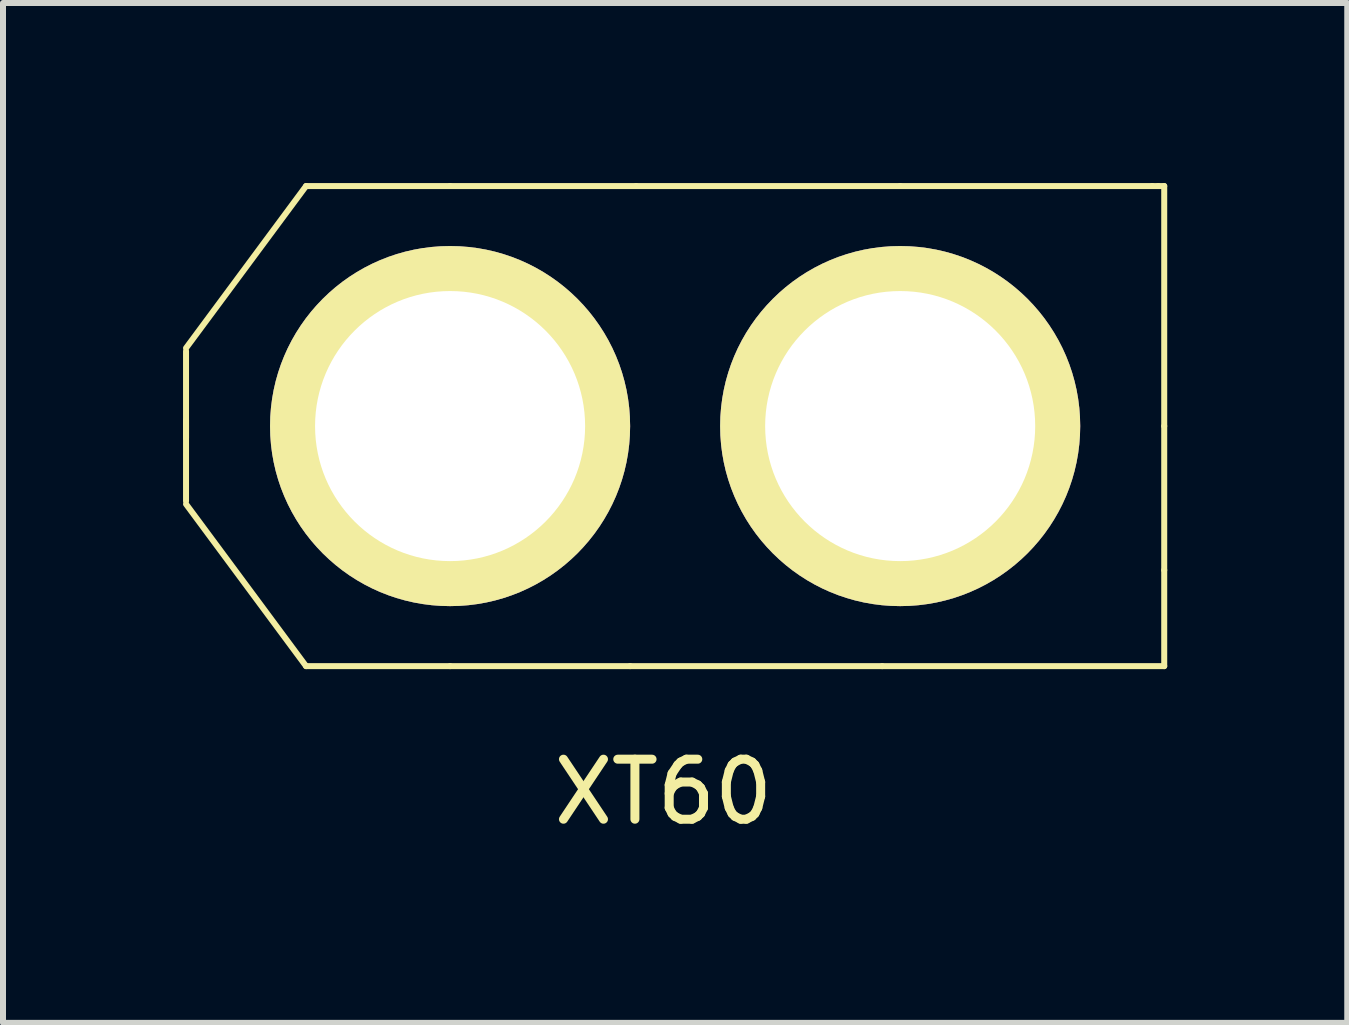
<source format=kicad_pcb>
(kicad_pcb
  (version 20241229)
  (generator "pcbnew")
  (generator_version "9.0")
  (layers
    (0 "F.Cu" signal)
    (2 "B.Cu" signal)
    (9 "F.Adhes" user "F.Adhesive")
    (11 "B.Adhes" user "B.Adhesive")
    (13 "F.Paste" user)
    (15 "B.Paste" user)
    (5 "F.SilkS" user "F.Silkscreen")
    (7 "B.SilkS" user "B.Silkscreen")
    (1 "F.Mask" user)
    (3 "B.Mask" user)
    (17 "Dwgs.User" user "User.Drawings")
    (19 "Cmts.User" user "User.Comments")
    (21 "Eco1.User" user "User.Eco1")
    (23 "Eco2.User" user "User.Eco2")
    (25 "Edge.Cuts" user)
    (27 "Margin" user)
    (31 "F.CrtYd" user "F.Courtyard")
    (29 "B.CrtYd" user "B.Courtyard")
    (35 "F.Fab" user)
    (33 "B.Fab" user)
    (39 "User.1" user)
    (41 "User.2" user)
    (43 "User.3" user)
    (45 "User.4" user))
  (footprint "XT60"
    (layer "F.Cu")
    (at 4.45 4.05)
    (property "Reference" "XT60" (at 3.556 6.096 0) (layer "F.SilkS") (effects (font (size 1 1) (thickness 0.15))))
    (attr through_hole)
    (fp_line (start -4.4 -0.1) (end -4.4 0.2) (stroke (width 0.1) (type solid)) (layer "F.SilkS"))
    (fp_line (start -4.4 0) (end -4.4 -1.25) (stroke (width 0.1) (type solid)) (layer "F.SilkS"))
    (fp_line (start -4.4 0) (end -4.4 1.25) (stroke (width 0.1) (type solid)) (layer "F.SilkS"))
    (fp_line (start -2.4 -4) (end -4.4 -1.3) (stroke (width 0.1) (type solid)) (layer "F.SilkS"))
    (fp_line (start -2.4 4) (end -4.4 1.3) (stroke (width 0.1) (type solid)) (layer "F.SilkS"))
    (fp_line (start 0 -4) (end -2.4 -4) (stroke (width 0.1) (type solid)) (layer "F.SilkS"))
    (fp_line (start 0 4) (end -2.4 4) (stroke (width 0.1) (type solid)) (layer "F.SilkS"))
    (fp_line (start 3 4) (end 0 4) (stroke (width 0.1) (type solid)) (layer "F.SilkS"))
    (fp_line (start 3.1 -4) (end 0 -4) (stroke (width 0.1) (type solid)) (layer "F.SilkS"))
    (fp_line (start 7.2 4) (end 3 4) (stroke (width 0.1) (type solid)) (layer "F.SilkS"))
    (fp_line (start 7.2 4) (end 11.9 4) (stroke (width 0.1) (type solid)) (layer "F.SilkS"))
    (fp_line (start 7.5 -4) (end 3.1 -4) (stroke (width 0.1) (type solid)) (layer "F.SilkS"))
    (fp_line (start 7.5 -4) (end 11.7 -4) (stroke (width 0.1) (type solid)) (layer "F.SilkS"))
    (fp_line (start 11.7 -4) (end 11.8 -4) (stroke (width 0.1) (type solid)) (layer "F.SilkS"))
    (fp_line (start 11.8 -4) (end 11.9 -4) (stroke (width 0.1) (type solid)) (layer "F.SilkS"))
    (fp_line (start 11.9 -4) (end 11.9 0) (stroke (width 0.1) (type solid)) (layer "F.SilkS"))
    (fp_line (start 11.9 0) (end 11.9 2.4) (stroke (width 0.1) (type solid)) (layer "F.SilkS"))
    (fp_line (start 11.9 4) (end 11.9 2.4) (stroke (width 0.1) (type solid)) (layer "F.SilkS"))
    (pad "1" thru_hole circle (at 0 0) (size 6 6) (drill 4.5) (layers "*.Cu" "*.Mask" "F.SilkS"))
    (pad "2" thru_hole circle (at 7.5 0) (size 6 6) (drill 4.5) (layers "*.Cu" "*.Mask" "F.SilkS")))
  (gr_rect
    (start -3 -3)
    (end 19.4 13.994)
    (stroke (width 0.1) (type default))
    (fill no)
    (layer "Edge.Cuts")))
</source>
